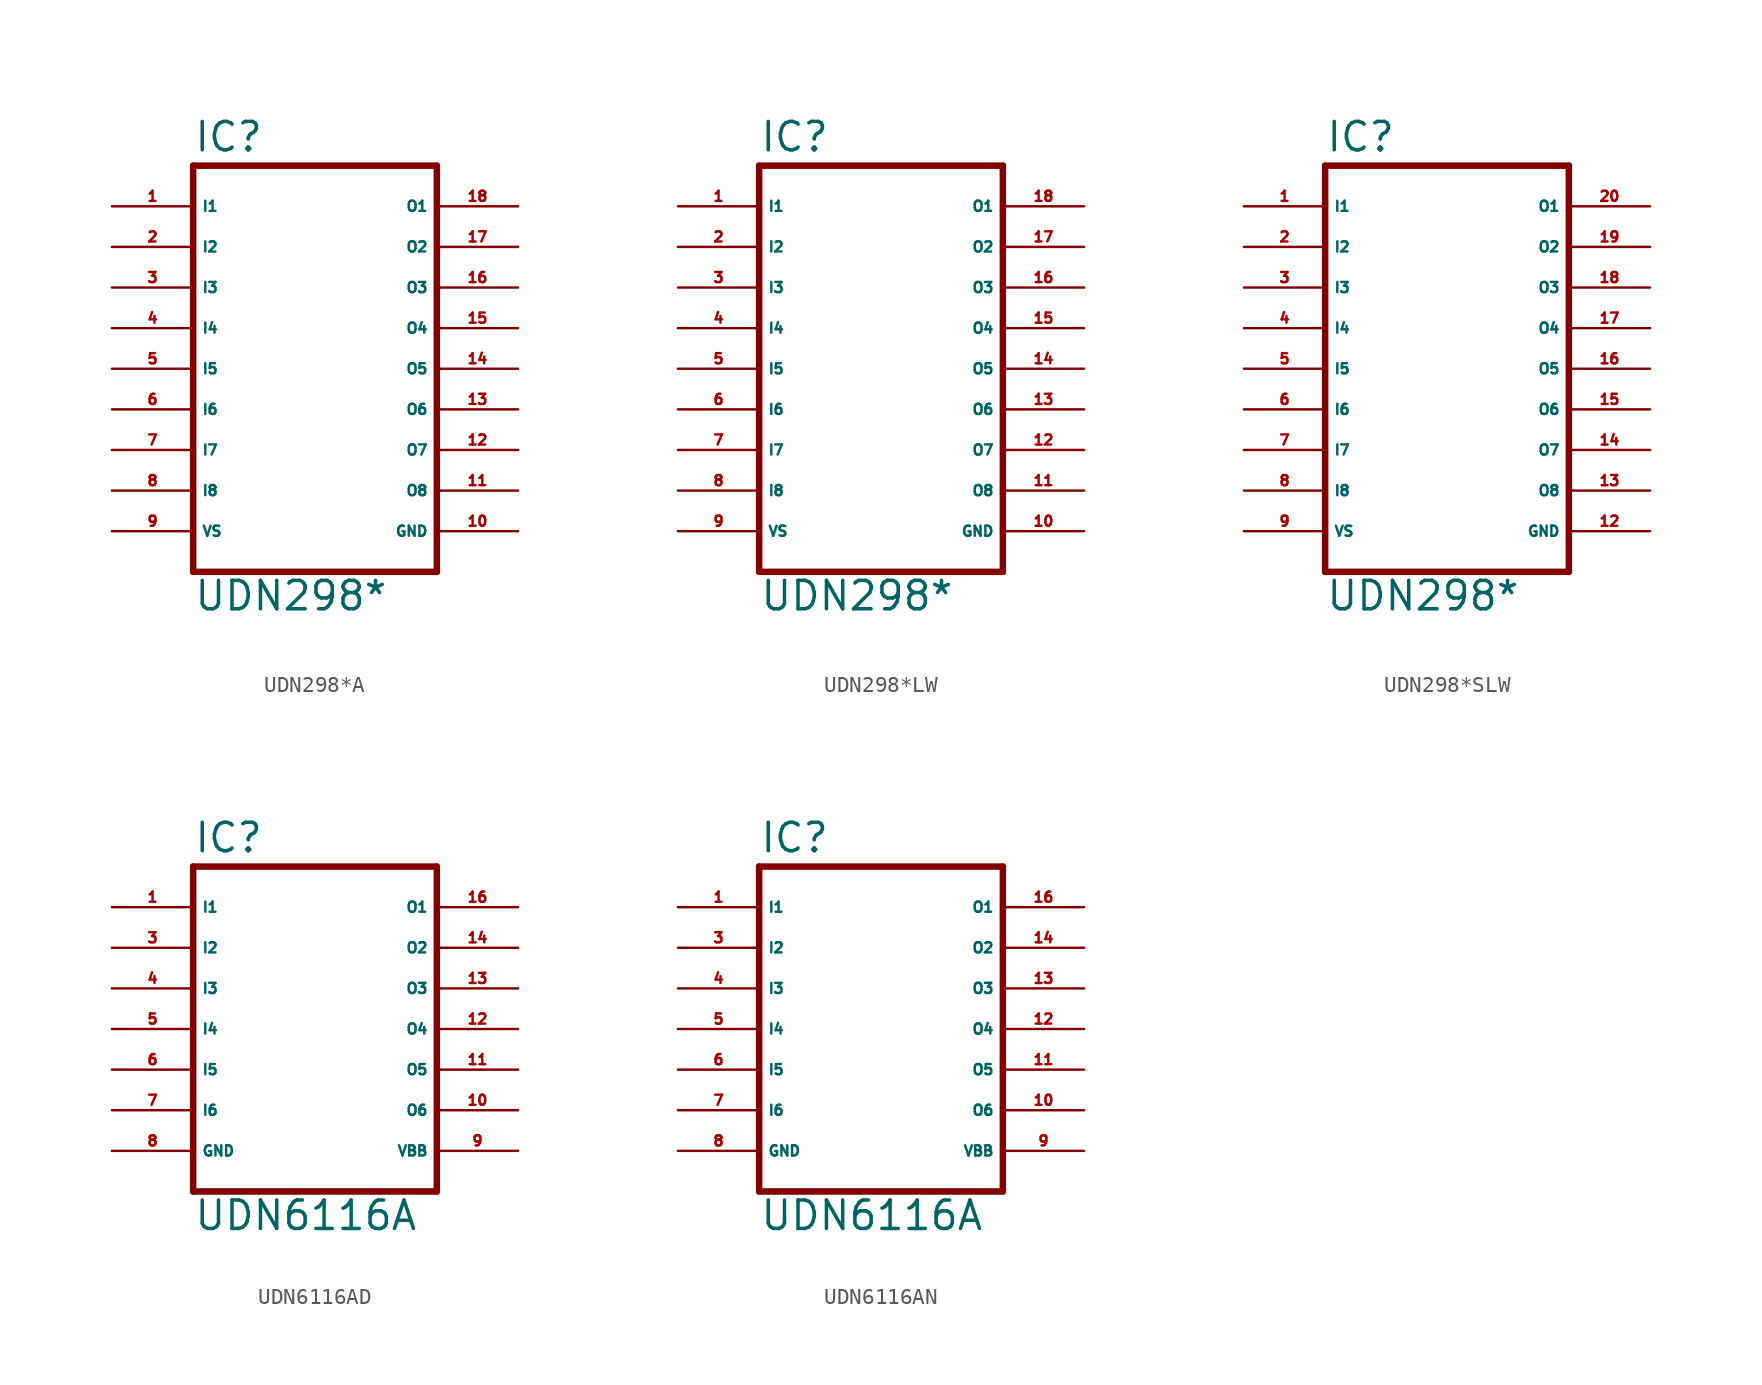
<source format=kicad_sym>
(kicad_symbol_lib
  (version 20220914)
  (generator Eagle2Kicad)
  (symbol "UDN298*A"
    (property "Reference" "IC"
      (at -7.62 13.462 0)
      (effects (font (size 1.778 1.778) (thickness 0.22)) (justify left bottom)))
    (property "Value" "UDN298*"
      (at -7.62 -15.24 0)
      (effects (font (size 1.778 1.778) (thickness 0.22)) (justify left bottom)))
    (polyline
      (pts (xy -7.62 12.7) (xy 7.62 12.7))
      (stroke (width 0.406) (type default))
      (fill (type none)))
    (polyline
      (pts (xy 7.62 -12.7) (xy 7.62 12.7))
      (stroke (width 0.406) (type default))
      (fill (type none)))
    (polyline
      (pts (xy 7.62 -12.7) (xy -7.62 -12.7))
      (stroke (width 0.406) (type default))
      (fill (type none)))
    (polyline
      (pts (xy -7.62 12.7) (xy -7.62 -12.7))
      (stroke (width 0.406) (type default))
      (fill (type none)))
    (pin input line
      (at -12.7 10.16 0)
      (length 5.08)
      (name "I1" (effects (font (size 0.635 0.635) (thickness 0.08)) (justify left bottom)))
      (number "1" (effects (font (size 0.635 0.635) (thickness 0.08)) (justify left bottom))))
    (pin input line
      (at -12.7 7.62 0)
      (length 5.08)
      (name "I2" (effects (font (size 0.635 0.635) (thickness 0.08)) (justify left bottom)))
      (number "2" (effects (font (size 0.635 0.635) (thickness 0.08)) (justify left bottom))))
    (pin input line
      (at -12.7 5.08 0)
      (length 5.08)
      (name "I3" (effects (font (size 0.635 0.635) (thickness 0.08)) (justify left bottom)))
      (number "3" (effects (font (size 0.635 0.635) (thickness 0.08)) (justify left bottom))))
    (pin input line
      (at -12.7 2.54 0)
      (length 5.08)
      (name "I4" (effects (font (size 0.635 0.635) (thickness 0.08)) (justify left bottom)))
      (number "4" (effects (font (size 0.635 0.635) (thickness 0.08)) (justify left bottom))))
    (pin input line
      (at -12.7 0 0)
      (length 5.08)
      (name "I5" (effects (font (size 0.635 0.635) (thickness 0.08)) (justify left bottom)))
      (number "5" (effects (font (size 0.635 0.635) (thickness 0.08)) (justify left bottom))))
    (pin input line
      (at -12.7 -2.54 0)
      (length 5.08)
      (name "I6" (effects (font (size 0.635 0.635) (thickness 0.08)) (justify left bottom)))
      (number "6" (effects (font (size 0.635 0.635) (thickness 0.08)) (justify left bottom))))
    (pin input line
      (at -12.7 -5.08 0)
      (length 5.08)
      (name "I7" (effects (font (size 0.635 0.635) (thickness 0.08)) (justify left bottom)))
      (number "7" (effects (font (size 0.635 0.635) (thickness 0.08)) (justify left bottom))))
    (pin input line
      (at -12.7 -7.62 0)
      (length 5.08)
      (name "I8" (effects (font (size 0.635 0.635) (thickness 0.08)) (justify left bottom)))
      (number "8" (effects (font (size 0.635 0.635) (thickness 0.08)) (justify left bottom))))
    (pin open_collector line
      (at 12.7 -7.62 180)
      (length 5.08)
      (name "O8" (effects (font (size 0.635 0.635) (thickness 0.08)) (justify left bottom)))
      (number "11" (effects (font (size 0.635 0.635) (thickness 0.08)) (justify left bottom))))
    (pin open_collector line
      (at 12.7 10.16 180)
      (length 5.08)
      (name "O1" (effects (font (size 0.635 0.635) (thickness 0.08)) (justify left bottom)))
      (number "18" (effects (font (size 0.635 0.635) (thickness 0.08)) (justify left bottom))))
    (pin open_collector line
      (at 12.7 7.62 180)
      (length 5.08)
      (name "O2" (effects (font (size 0.635 0.635) (thickness 0.08)) (justify left bottom)))
      (number "17" (effects (font (size 0.635 0.635) (thickness 0.08)) (justify left bottom))))
    (pin open_collector line
      (at 12.7 5.08 180)
      (length 5.08)
      (name "O3" (effects (font (size 0.635 0.635) (thickness 0.08)) (justify left bottom)))
      (number "16" (effects (font (size 0.635 0.635) (thickness 0.08)) (justify left bottom))))
    (pin open_collector line
      (at 12.7 2.54 180)
      (length 5.08)
      (name "O4" (effects (font (size 0.635 0.635) (thickness 0.08)) (justify left bottom)))
      (number "15" (effects (font (size 0.635 0.635) (thickness 0.08)) (justify left bottom))))
    (pin open_collector line
      (at 12.7 0 180)
      (length 5.08)
      (name "O5" (effects (font (size 0.635 0.635) (thickness 0.08)) (justify left bottom)))
      (number "14" (effects (font (size 0.635 0.635) (thickness 0.08)) (justify left bottom))))
    (pin open_collector line
      (at 12.7 -2.54 180)
      (length 5.08)
      (name "O6" (effects (font (size 0.635 0.635) (thickness 0.08)) (justify left bottom)))
      (number "13" (effects (font (size 0.635 0.635) (thickness 0.08)) (justify left bottom))))
    (pin open_collector line
      (at 12.7 -5.08 180)
      (length 5.08)
      (name "O7" (effects (font (size 0.635 0.635) (thickness 0.08)) (justify left bottom)))
      (number "12" (effects (font (size 0.635 0.635) (thickness 0.08)) (justify left bottom))))
    (pin passive line
      (at -12.7 -10.16 0)
      (length 5.08)
      (name "VS" (effects (font (size 0.635 0.635) (thickness 0.08)) (justify left bottom)))
      (number "9" (effects (font (size 0.635 0.635) (thickness 0.08)) (justify left bottom))))
    (pin unspecified line
      (at 12.7 -10.16 180)
      (length 5.08)
      (name "GND" (effects (font (size 0.635 0.635) (thickness 0.08)) (justify left bottom)))
      (number "10" (effects (font (size 0.635 0.635) (thickness 0.08)) (justify left bottom)))))
  (symbol "UDN298*LW"
    (property "Reference" "IC"
      (at -7.62 13.462 0)
      (effects (font (size 1.778 1.778) (thickness 0.22)) (justify left bottom)))
    (property "Value" "UDN298*"
      (at -7.62 -15.24 0)
      (effects (font (size 1.778 1.778) (thickness 0.22)) (justify left bottom)))
    (polyline
      (pts (xy -7.62 12.7) (xy 7.62 12.7))
      (stroke (width 0.406) (type default))
      (fill (type none)))
    (polyline
      (pts (xy 7.62 -12.7) (xy 7.62 12.7))
      (stroke (width 0.406) (type default))
      (fill (type none)))
    (polyline
      (pts (xy 7.62 -12.7) (xy -7.62 -12.7))
      (stroke (width 0.406) (type default))
      (fill (type none)))
    (polyline
      (pts (xy -7.62 12.7) (xy -7.62 -12.7))
      (stroke (width 0.406) (type default))
      (fill (type none)))
    (pin input line
      (at -12.7 10.16 0)
      (length 5.08)
      (name "I1" (effects (font (size 0.635 0.635) (thickness 0.08)) (justify left bottom)))
      (number "1" (effects (font (size 0.635 0.635) (thickness 0.08)) (justify left bottom))))
    (pin input line
      (at -12.7 7.62 0)
      (length 5.08)
      (name "I2" (effects (font (size 0.635 0.635) (thickness 0.08)) (justify left bottom)))
      (number "2" (effects (font (size 0.635 0.635) (thickness 0.08)) (justify left bottom))))
    (pin input line
      (at -12.7 5.08 0)
      (length 5.08)
      (name "I3" (effects (font (size 0.635 0.635) (thickness 0.08)) (justify left bottom)))
      (number "3" (effects (font (size 0.635 0.635) (thickness 0.08)) (justify left bottom))))
    (pin input line
      (at -12.7 2.54 0)
      (length 5.08)
      (name "I4" (effects (font (size 0.635 0.635) (thickness 0.08)) (justify left bottom)))
      (number "4" (effects (font (size 0.635 0.635) (thickness 0.08)) (justify left bottom))))
    (pin input line
      (at -12.7 0 0)
      (length 5.08)
      (name "I5" (effects (font (size 0.635 0.635) (thickness 0.08)) (justify left bottom)))
      (number "5" (effects (font (size 0.635 0.635) (thickness 0.08)) (justify left bottom))))
    (pin input line
      (at -12.7 -2.54 0)
      (length 5.08)
      (name "I6" (effects (font (size 0.635 0.635) (thickness 0.08)) (justify left bottom)))
      (number "6" (effects (font (size 0.635 0.635) (thickness 0.08)) (justify left bottom))))
    (pin input line
      (at -12.7 -5.08 0)
      (length 5.08)
      (name "I7" (effects (font (size 0.635 0.635) (thickness 0.08)) (justify left bottom)))
      (number "7" (effects (font (size 0.635 0.635) (thickness 0.08)) (justify left bottom))))
    (pin input line
      (at -12.7 -7.62 0)
      (length 5.08)
      (name "I8" (effects (font (size 0.635 0.635) (thickness 0.08)) (justify left bottom)))
      (number "8" (effects (font (size 0.635 0.635) (thickness 0.08)) (justify left bottom))))
    (pin open_collector line
      (at 12.7 -7.62 180)
      (length 5.08)
      (name "O8" (effects (font (size 0.635 0.635) (thickness 0.08)) (justify left bottom)))
      (number "11" (effects (font (size 0.635 0.635) (thickness 0.08)) (justify left bottom))))
    (pin open_collector line
      (at 12.7 10.16 180)
      (length 5.08)
      (name "O1" (effects (font (size 0.635 0.635) (thickness 0.08)) (justify left bottom)))
      (number "18" (effects (font (size 0.635 0.635) (thickness 0.08)) (justify left bottom))))
    (pin open_collector line
      (at 12.7 7.62 180)
      (length 5.08)
      (name "O2" (effects (font (size 0.635 0.635) (thickness 0.08)) (justify left bottom)))
      (number "17" (effects (font (size 0.635 0.635) (thickness 0.08)) (justify left bottom))))
    (pin open_collector line
      (at 12.7 5.08 180)
      (length 5.08)
      (name "O3" (effects (font (size 0.635 0.635) (thickness 0.08)) (justify left bottom)))
      (number "16" (effects (font (size 0.635 0.635) (thickness 0.08)) (justify left bottom))))
    (pin open_collector line
      (at 12.7 2.54 180)
      (length 5.08)
      (name "O4" (effects (font (size 0.635 0.635) (thickness 0.08)) (justify left bottom)))
      (number "15" (effects (font (size 0.635 0.635) (thickness 0.08)) (justify left bottom))))
    (pin open_collector line
      (at 12.7 0 180)
      (length 5.08)
      (name "O5" (effects (font (size 0.635 0.635) (thickness 0.08)) (justify left bottom)))
      (number "14" (effects (font (size 0.635 0.635) (thickness 0.08)) (justify left bottom))))
    (pin open_collector line
      (at 12.7 -2.54 180)
      (length 5.08)
      (name "O6" (effects (font (size 0.635 0.635) (thickness 0.08)) (justify left bottom)))
      (number "13" (effects (font (size 0.635 0.635) (thickness 0.08)) (justify left bottom))))
    (pin open_collector line
      (at 12.7 -5.08 180)
      (length 5.08)
      (name "O7" (effects (font (size 0.635 0.635) (thickness 0.08)) (justify left bottom)))
      (number "12" (effects (font (size 0.635 0.635) (thickness 0.08)) (justify left bottom))))
    (pin passive line
      (at -12.7 -10.16 0)
      (length 5.08)
      (name "VS" (effects (font (size 0.635 0.635) (thickness 0.08)) (justify left bottom)))
      (number "9" (effects (font (size 0.635 0.635) (thickness 0.08)) (justify left bottom))))
    (pin unspecified line
      (at 12.7 -10.16 180)
      (length 5.08)
      (name "GND" (effects (font (size 0.635 0.635) (thickness 0.08)) (justify left bottom)))
      (number "10" (effects (font (size 0.635 0.635) (thickness 0.08)) (justify left bottom)))))
  (symbol "UDN298*SLW"
    (property "Reference" "IC"
      (at -7.62 13.462 0)
      (effects (font (size 1.778 1.778) (thickness 0.22)) (justify left bottom)))
    (property "Value" "UDN298*"
      (at -7.62 -15.24 0)
      (effects (font (size 1.778 1.778) (thickness 0.22)) (justify left bottom)))
    (polyline
      (pts (xy -7.62 12.7) (xy 7.62 12.7))
      (stroke (width 0.406) (type default))
      (fill (type none)))
    (polyline
      (pts (xy 7.62 -12.7) (xy 7.62 12.7))
      (stroke (width 0.406) (type default))
      (fill (type none)))
    (polyline
      (pts (xy 7.62 -12.7) (xy -7.62 -12.7))
      (stroke (width 0.406) (type default))
      (fill (type none)))
    (polyline
      (pts (xy -7.62 12.7) (xy -7.62 -12.7))
      (stroke (width 0.406) (type default))
      (fill (type none)))
    (pin input line
      (at -12.7 10.16 0)
      (length 5.08)
      (name "I1" (effects (font (size 0.635 0.635) (thickness 0.08)) (justify left bottom)))
      (number "1" (effects (font (size 0.635 0.635) (thickness 0.08)) (justify left bottom))))
    (pin input line
      (at -12.7 7.62 0)
      (length 5.08)
      (name "I2" (effects (font (size 0.635 0.635) (thickness 0.08)) (justify left bottom)))
      (number "2" (effects (font (size 0.635 0.635) (thickness 0.08)) (justify left bottom))))
    (pin input line
      (at -12.7 5.08 0)
      (length 5.08)
      (name "I3" (effects (font (size 0.635 0.635) (thickness 0.08)) (justify left bottom)))
      (number "3" (effects (font (size 0.635 0.635) (thickness 0.08)) (justify left bottom))))
    (pin input line
      (at -12.7 2.54 0)
      (length 5.08)
      (name "I4" (effects (font (size 0.635 0.635) (thickness 0.08)) (justify left bottom)))
      (number "4" (effects (font (size 0.635 0.635) (thickness 0.08)) (justify left bottom))))
    (pin input line
      (at -12.7 0 0)
      (length 5.08)
      (name "I5" (effects (font (size 0.635 0.635) (thickness 0.08)) (justify left bottom)))
      (number "5" (effects (font (size 0.635 0.635) (thickness 0.08)) (justify left bottom))))
    (pin input line
      (at -12.7 -2.54 0)
      (length 5.08)
      (name "I6" (effects (font (size 0.635 0.635) (thickness 0.08)) (justify left bottom)))
      (number "6" (effects (font (size 0.635 0.635) (thickness 0.08)) (justify left bottom))))
    (pin input line
      (at -12.7 -5.08 0)
      (length 5.08)
      (name "I7" (effects (font (size 0.635 0.635) (thickness 0.08)) (justify left bottom)))
      (number "7" (effects (font (size 0.635 0.635) (thickness 0.08)) (justify left bottom))))
    (pin input line
      (at -12.7 -7.62 0)
      (length 5.08)
      (name "I8" (effects (font (size 0.635 0.635) (thickness 0.08)) (justify left bottom)))
      (number "8" (effects (font (size 0.635 0.635) (thickness 0.08)) (justify left bottom))))
    (pin open_collector line
      (at 12.7 -7.62 180)
      (length 5.08)
      (name "O8" (effects (font (size 0.635 0.635) (thickness 0.08)) (justify left bottom)))
      (number "13" (effects (font (size 0.635 0.635) (thickness 0.08)) (justify left bottom))))
    (pin open_collector line
      (at 12.7 10.16 180)
      (length 5.08)
      (name "O1" (effects (font (size 0.635 0.635) (thickness 0.08)) (justify left bottom)))
      (number "20" (effects (font (size 0.635 0.635) (thickness 0.08)) (justify left bottom))))
    (pin open_collector line
      (at 12.7 7.62 180)
      (length 5.08)
      (name "O2" (effects (font (size 0.635 0.635) (thickness 0.08)) (justify left bottom)))
      (number "19" (effects (font (size 0.635 0.635) (thickness 0.08)) (justify left bottom))))
    (pin open_collector line
      (at 12.7 5.08 180)
      (length 5.08)
      (name "O3" (effects (font (size 0.635 0.635) (thickness 0.08)) (justify left bottom)))
      (number "18" (effects (font (size 0.635 0.635) (thickness 0.08)) (justify left bottom))))
    (pin open_collector line
      (at 12.7 2.54 180)
      (length 5.08)
      (name "O4" (effects (font (size 0.635 0.635) (thickness 0.08)) (justify left bottom)))
      (number "17" (effects (font (size 0.635 0.635) (thickness 0.08)) (justify left bottom))))
    (pin open_collector line
      (at 12.7 0 180)
      (length 5.08)
      (name "O5" (effects (font (size 0.635 0.635) (thickness 0.08)) (justify left bottom)))
      (number "16" (effects (font (size 0.635 0.635) (thickness 0.08)) (justify left bottom))))
    (pin open_collector line
      (at 12.7 -2.54 180)
      (length 5.08)
      (name "O6" (effects (font (size 0.635 0.635) (thickness 0.08)) (justify left bottom)))
      (number "15" (effects (font (size 0.635 0.635) (thickness 0.08)) (justify left bottom))))
    (pin open_collector line
      (at 12.7 -5.08 180)
      (length 5.08)
      (name "O7" (effects (font (size 0.635 0.635) (thickness 0.08)) (justify left bottom)))
      (number "14" (effects (font (size 0.635 0.635) (thickness 0.08)) (justify left bottom))))
    (pin passive line
      (at -12.7 -10.16 0)
      (length 5.08)
      (name "VS" (effects (font (size 0.635 0.635) (thickness 0.08)) (justify left bottom)))
      (number "9" (effects (font (size 0.635 0.635) (thickness 0.08)) (justify left bottom))))
    (pin unspecified line
      (at 12.7 -10.16 180)
      (length 5.08)
      (name "GND" (effects (font (size 0.635 0.635) (thickness 0.08)) (justify left bottom)))
      (number "12" (effects (font (size 0.635 0.635) (thickness 0.08)) (justify left bottom)))))
  (symbol "UDN6116AD"
    (property "Reference" "IC"
      (at -7.62 10.922 0)
      (effects (font (size 1.778 1.778) (thickness 0.22)) (justify left bottom)))
    (property "Value" "UDN6116A"
      (at -7.62 -12.7 0)
      (effects (font (size 1.778 1.778) (thickness 0.22)) (justify left bottom)))
    (polyline
      (pts (xy -7.62 10.16) (xy 7.62 10.16))
      (stroke (width 0.406) (type default))
      (fill (type none)))
    (polyline
      (pts (xy 7.62 -10.16) (xy 7.62 10.16))
      (stroke (width 0.406) (type default))
      (fill (type none)))
    (polyline
      (pts (xy 7.62 -10.16) (xy -7.62 -10.16))
      (stroke (width 0.406) (type default))
      (fill (type none)))
    (polyline
      (pts (xy -7.62 10.16) (xy -7.62 -10.16))
      (stroke (width 0.406) (type default))
      (fill (type none)))
    (pin input line
      (at -12.7 7.62 0)
      (length 5.08)
      (name "I1" (effects (font (size 0.635 0.635) (thickness 0.08)) (justify left bottom)))
      (number "1" (effects (font (size 0.635 0.635) (thickness 0.08)) (justify left bottom))))
    (pin input line
      (at -12.7 5.08 0)
      (length 5.08)
      (name "I2" (effects (font (size 0.635 0.635) (thickness 0.08)) (justify left bottom)))
      (number "3" (effects (font (size 0.635 0.635) (thickness 0.08)) (justify left bottom))))
    (pin input line
      (at -12.7 2.54 0)
      (length 5.08)
      (name "I3" (effects (font (size 0.635 0.635) (thickness 0.08)) (justify left bottom)))
      (number "4" (effects (font (size 0.635 0.635) (thickness 0.08)) (justify left bottom))))
    (pin input line
      (at -12.7 0 0)
      (length 5.08)
      (name "I4" (effects (font (size 0.635 0.635) (thickness 0.08)) (justify left bottom)))
      (number "5" (effects (font (size 0.635 0.635) (thickness 0.08)) (justify left bottom))))
    (pin input line
      (at -12.7 -2.54 0)
      (length 5.08)
      (name "I5" (effects (font (size 0.635 0.635) (thickness 0.08)) (justify left bottom)))
      (number "6" (effects (font (size 0.635 0.635) (thickness 0.08)) (justify left bottom))))
    (pin input line
      (at -12.7 -5.08 0)
      (length 5.08)
      (name "I6" (effects (font (size 0.635 0.635) (thickness 0.08)) (justify left bottom)))
      (number "7" (effects (font (size 0.635 0.635) (thickness 0.08)) (justify left bottom))))
    (pin open_collector line
      (at 12.7 7.62 180)
      (length 5.08)
      (name "O1" (effects (font (size 0.635 0.635) (thickness 0.08)) (justify left bottom)))
      (number "16" (effects (font (size 0.635 0.635) (thickness 0.08)) (justify left bottom))))
    (pin open_collector line
      (at 12.7 5.08 180)
      (length 5.08)
      (name "O2" (effects (font (size 0.635 0.635) (thickness 0.08)) (justify left bottom)))
      (number "14" (effects (font (size 0.635 0.635) (thickness 0.08)) (justify left bottom))))
    (pin open_collector line
      (at 12.7 2.54 180)
      (length 5.08)
      (name "O3" (effects (font (size 0.635 0.635) (thickness 0.08)) (justify left bottom)))
      (number "13" (effects (font (size 0.635 0.635) (thickness 0.08)) (justify left bottom))))
    (pin open_collector line
      (at 12.7 0 180)
      (length 5.08)
      (name "O4" (effects (font (size 0.635 0.635) (thickness 0.08)) (justify left bottom)))
      (number "12" (effects (font (size 0.635 0.635) (thickness 0.08)) (justify left bottom))))
    (pin open_collector line
      (at 12.7 -2.54 180)
      (length 5.08)
      (name "O5" (effects (font (size 0.635 0.635) (thickness 0.08)) (justify left bottom)))
      (number "11" (effects (font (size 0.635 0.635) (thickness 0.08)) (justify left bottom))))
    (pin open_collector line
      (at 12.7 -5.08 180)
      (length 5.08)
      (name "O6" (effects (font (size 0.635 0.635) (thickness 0.08)) (justify left bottom)))
      (number "10" (effects (font (size 0.635 0.635) (thickness 0.08)) (justify left bottom))))
    (pin passive line
      (at 12.7 -7.62 180)
      (length 5.08)
      (name "VBB" (effects (font (size 0.635 0.635) (thickness 0.08)) (justify left bottom)))
      (number "9" (effects (font (size 0.635 0.635) (thickness 0.08)) (justify left bottom))))
    (pin unspecified line
      (at -12.7 -7.62 0)
      (length 5.08)
      (name "GND" (effects (font (size 0.635 0.635) (thickness 0.08)) (justify left bottom)))
      (number "8" (effects (font (size 0.635 0.635) (thickness 0.08)) (justify left bottom)))))
  (symbol "UDN6116AN"
    (property "Reference" "IC"
      (at -7.62 10.922 0)
      (effects (font (size 1.778 1.778) (thickness 0.22)) (justify left bottom)))
    (property "Value" "UDN6116A"
      (at -7.62 -12.7 0)
      (effects (font (size 1.778 1.778) (thickness 0.22)) (justify left bottom)))
    (polyline
      (pts (xy -7.62 10.16) (xy 7.62 10.16))
      (stroke (width 0.406) (type default))
      (fill (type none)))
    (polyline
      (pts (xy 7.62 -10.16) (xy 7.62 10.16))
      (stroke (width 0.406) (type default))
      (fill (type none)))
    (polyline
      (pts (xy 7.62 -10.16) (xy -7.62 -10.16))
      (stroke (width 0.406) (type default))
      (fill (type none)))
    (polyline
      (pts (xy -7.62 10.16) (xy -7.62 -10.16))
      (stroke (width 0.406) (type default))
      (fill (type none)))
    (pin input line
      (at -12.7 7.62 0)
      (length 5.08)
      (name "I1" (effects (font (size 0.635 0.635) (thickness 0.08)) (justify left bottom)))
      (number "1" (effects (font (size 0.635 0.635) (thickness 0.08)) (justify left bottom))))
    (pin input line
      (at -12.7 5.08 0)
      (length 5.08)
      (name "I2" (effects (font (size 0.635 0.635) (thickness 0.08)) (justify left bottom)))
      (number "3" (effects (font (size 0.635 0.635) (thickness 0.08)) (justify left bottom))))
    (pin input line
      (at -12.7 2.54 0)
      (length 5.08)
      (name "I3" (effects (font (size 0.635 0.635) (thickness 0.08)) (justify left bottom)))
      (number "4" (effects (font (size 0.635 0.635) (thickness 0.08)) (justify left bottom))))
    (pin input line
      (at -12.7 0 0)
      (length 5.08)
      (name "I4" (effects (font (size 0.635 0.635) (thickness 0.08)) (justify left bottom)))
      (number "5" (effects (font (size 0.635 0.635) (thickness 0.08)) (justify left bottom))))
    (pin input line
      (at -12.7 -2.54 0)
      (length 5.08)
      (name "I5" (effects (font (size 0.635 0.635) (thickness 0.08)) (justify left bottom)))
      (number "6" (effects (font (size 0.635 0.635) (thickness 0.08)) (justify left bottom))))
    (pin input line
      (at -12.7 -5.08 0)
      (length 5.08)
      (name "I6" (effects (font (size 0.635 0.635) (thickness 0.08)) (justify left bottom)))
      (number "7" (effects (font (size 0.635 0.635) (thickness 0.08)) (justify left bottom))))
    (pin open_collector line
      (at 12.7 7.62 180)
      (length 5.08)
      (name "O1" (effects (font (size 0.635 0.635) (thickness 0.08)) (justify left bottom)))
      (number "16" (effects (font (size 0.635 0.635) (thickness 0.08)) (justify left bottom))))
    (pin open_collector line
      (at 12.7 5.08 180)
      (length 5.08)
      (name "O2" (effects (font (size 0.635 0.635) (thickness 0.08)) (justify left bottom)))
      (number "14" (effects (font (size 0.635 0.635) (thickness 0.08)) (justify left bottom))))
    (pin open_collector line
      (at 12.7 2.54 180)
      (length 5.08)
      (name "O3" (effects (font (size 0.635 0.635) (thickness 0.08)) (justify left bottom)))
      (number "13" (effects (font (size 0.635 0.635) (thickness 0.08)) (justify left bottom))))
    (pin open_collector line
      (at 12.7 0 180)
      (length 5.08)
      (name "O4" (effects (font (size 0.635 0.635) (thickness 0.08)) (justify left bottom)))
      (number "12" (effects (font (size 0.635 0.635) (thickness 0.08)) (justify left bottom))))
    (pin open_collector line
      (at 12.7 -2.54 180)
      (length 5.08)
      (name "O5" (effects (font (size 0.635 0.635) (thickness 0.08)) (justify left bottom)))
      (number "11" (effects (font (size 0.635 0.635) (thickness 0.08)) (justify left bottom))))
    (pin open_collector line
      (at 12.7 -5.08 180)
      (length 5.08)
      (name "O6" (effects (font (size 0.635 0.635) (thickness 0.08)) (justify left bottom)))
      (number "10" (effects (font (size 0.635 0.635) (thickness 0.08)) (justify left bottom))))
    (pin passive line
      (at 12.7 -7.62 180)
      (length 5.08)
      (name "VBB" (effects (font (size 0.635 0.635) (thickness 0.08)) (justify left bottom)))
      (number "9" (effects (font (size 0.635 0.635) (thickness 0.08)) (justify left bottom))))
    (pin unspecified line
      (at -12.7 -7.62 0)
      (length 5.08)
      (name "GND" (effects (font (size 0.635 0.635) (thickness 0.08)) (justify left bottom)))
      (number "8" (effects (font (size 0.635 0.635) (thickness 0.08)) (justify left bottom))))))
</source>
